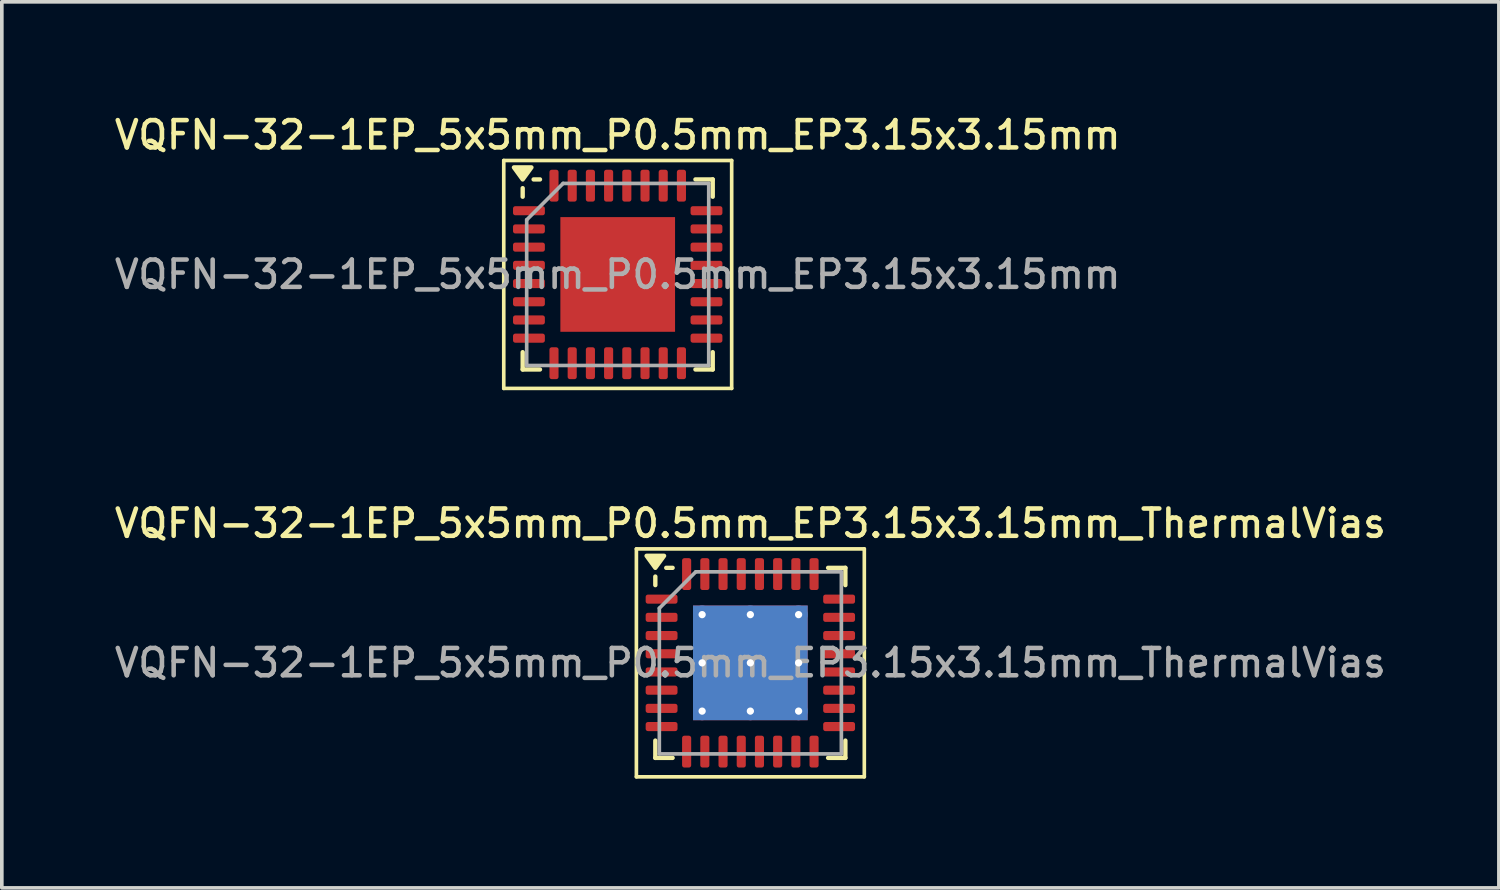
<source format=kicad_pcb>
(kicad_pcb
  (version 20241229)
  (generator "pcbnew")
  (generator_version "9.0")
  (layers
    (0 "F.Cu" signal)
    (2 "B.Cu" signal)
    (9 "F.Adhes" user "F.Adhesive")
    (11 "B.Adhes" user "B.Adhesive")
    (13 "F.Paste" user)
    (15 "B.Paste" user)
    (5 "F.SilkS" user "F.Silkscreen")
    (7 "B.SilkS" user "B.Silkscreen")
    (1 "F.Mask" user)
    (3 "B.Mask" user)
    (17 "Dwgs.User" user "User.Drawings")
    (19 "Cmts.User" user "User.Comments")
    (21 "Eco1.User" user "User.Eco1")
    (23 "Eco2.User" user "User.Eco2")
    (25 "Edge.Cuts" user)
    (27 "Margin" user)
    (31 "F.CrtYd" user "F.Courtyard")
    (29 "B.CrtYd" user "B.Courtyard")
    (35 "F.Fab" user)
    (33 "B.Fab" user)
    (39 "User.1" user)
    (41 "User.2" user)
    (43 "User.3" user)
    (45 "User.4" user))
  (footprint "VQFN-32-1EP_5x5mm_P0.5mm_EP3.15x3.15mm_ThermalVias"
    (layer "F.Cu")
    (at 17.559 15.156)
    (property "Reference" "VQFN-32-1EP_5x5mm_P0.5mm_EP3.15x3.15mm_ThermalVias" (at 0 -3.83 0) (layer "F.SilkS") (effects (font (size 0.75 0.75) (thickness 0.125))))
    (attr smd)
    (fp_line (start -3.13 -3.13) (end -3.13 3.13) (stroke (width 0.1) (type solid)) (layer "F.SilkS"))
    (fp_line (start -3.13 3.13) (end 3.13 3.13) (stroke (width 0.1) (type solid)) (layer "F.SilkS"))
    (fp_line (start -2.61 -2.135) (end -2.61 -2.37) (stroke (width 0.12) (type solid)) (layer "F.SilkS"))
    (fp_line (start -2.61 2.61) (end -2.61 2.135) (stroke (width 0.12) (type solid)) (layer "F.SilkS"))
    (fp_line (start -2.135 -2.61) (end -2.31 -2.61) (stroke (width 0.12) (type solid)) (layer "F.SilkS"))
    (fp_line (start -2.135 2.61) (end -2.61 2.61) (stroke (width 0.12) (type solid)) (layer "F.SilkS"))
    (fp_line (start 2.135 -2.61) (end 2.61 -2.61) (stroke (width 0.12) (type solid)) (layer "F.SilkS"))
    (fp_line (start 2.135 2.61) (end 2.61 2.61) (stroke (width 0.12) (type solid)) (layer "F.SilkS"))
    (fp_line (start 2.61 -2.61) (end 2.61 -2.135) (stroke (width 0.12) (type solid)) (layer "F.SilkS"))
    (fp_line (start 2.61 2.61) (end 2.61 2.135) (stroke (width 0.12) (type solid)) (layer "F.SilkS"))
    (fp_line (start 3.13 -3.13) (end -3.13 -3.13) (stroke (width 0.1) (type solid)) (layer "F.SilkS"))
    (fp_line (start 3.13 3.13) (end 3.13 -3.13) (stroke (width 0.1) (type solid)) (layer "F.SilkS"))
    (fp_poly (pts (xy -2.61 -2.61) (xy -2.85 -2.94) (xy -2.37 -2.94) (xy -2.61 -2.61)) (stroke (width 0.12) (type solid)) (fill yes) (layer "F.SilkS"))
    (fp_line (start -2.5 -1.5) (end -1.5 -2.5) (stroke (width 0.1) (type solid)) (layer "F.Fab"))
    (fp_line (start -2.5 2.5) (end -2.5 -1.5) (stroke (width 0.1) (type solid)) (layer "F.Fab"))
    (fp_line (start -1.5 -2.5) (end 2.5 -2.5) (stroke (width 0.1) (type solid)) (layer "F.Fab"))
    (fp_line (start 2.5 -2.5) (end 2.5 2.5) (stroke (width 0.1) (type solid)) (layer "F.Fab"))
    (fp_line (start 2.5 2.5) (end -2.5 2.5) (stroke (width 0.1) (type solid)) (layer "F.Fab"))
    (fp_text user "${REFERENCE}" (at 0 0 0) (layer "F.Fab") (effects (font (size 0.75 0.75) (thickness 0.125))))
    (pad "" smd roundrect (at -0.79 -0.79) (size 1.27 1.27) (layers "F.Paste") (roundrect_rratio 0.197))
    (pad "" smd roundrect (at -0.79 0.79) (size 1.27 1.27) (layers "F.Paste") (roundrect_rratio 0.197))
    (pad "" smd roundrect (at 0.79 -0.79) (size 1.27 1.27) (layers "F.Paste") (roundrect_rratio 0.197))
    (pad "" smd roundrect (at 0.79 0.79) (size 1.27 1.27) (layers "F.Paste") (roundrect_rratio 0.197))
    (pad "1" smd roundrect (at -2.438 -1.75) (size 0.875 0.25) (layers "F.Cu" "F.Mask" "F.Paste") (roundrect_rratio 0.25))
    (pad "2" smd roundrect (at -2.438 -1.25) (size 0.875 0.25) (layers "F.Cu" "F.Mask" "F.Paste") (roundrect_rratio 0.25))
    (pad "3" smd roundrect (at -2.438 -0.75) (size 0.875 0.25) (layers "F.Cu" "F.Mask" "F.Paste") (roundrect_rratio 0.25))
    (pad "4" smd roundrect (at -2.438 -0.25) (size 0.875 0.25) (layers "F.Cu" "F.Mask" "F.Paste") (roundrect_rratio 0.25))
    (pad "5" smd roundrect (at -2.438 0.25) (size 0.875 0.25) (layers "F.Cu" "F.Mask" "F.Paste") (roundrect_rratio 0.25))
    (pad "6" smd roundrect (at -2.438 0.75) (size 0.875 0.25) (layers "F.Cu" "F.Mask" "F.Paste") (roundrect_rratio 0.25))
    (pad "7" smd roundrect (at -2.438 1.25) (size 0.875 0.25) (layers "F.Cu" "F.Mask" "F.Paste") (roundrect_rratio 0.25))
    (pad "8" smd roundrect (at -2.438 1.75) (size 0.875 0.25) (layers "F.Cu" "F.Mask" "F.Paste") (roundrect_rratio 0.25))
    (pad "9" smd roundrect (at -1.75 2.438) (size 0.25 0.875) (layers "F.Cu" "F.Mask" "F.Paste") (roundrect_rratio 0.25))
    (pad "10" smd roundrect (at -1.25 2.438) (size 0.25 0.875) (layers "F.Cu" "F.Mask" "F.Paste") (roundrect_rratio 0.25))
    (pad "11" smd roundrect (at -0.75 2.438) (size 0.25 0.875) (layers "F.Cu" "F.Mask" "F.Paste") (roundrect_rratio 0.25))
    (pad "12" smd roundrect (at -0.25 2.438) (size 0.25 0.875) (layers "F.Cu" "F.Mask" "F.Paste") (roundrect_rratio 0.25))
    (pad "13" smd roundrect (at 0.25 2.438) (size 0.25 0.875) (layers "F.Cu" "F.Mask" "F.Paste") (roundrect_rratio 0.25))
    (pad "14" smd roundrect (at 0.75 2.438) (size 0.25 0.875) (layers "F.Cu" "F.Mask" "F.Paste") (roundrect_rratio 0.25))
    (pad "15" smd roundrect (at 1.25 2.438) (size 0.25 0.875) (layers "F.Cu" "F.Mask" "F.Paste") (roundrect_rratio 0.25))
    (pad "16" smd roundrect (at 1.75 2.438) (size 0.25 0.875) (layers "F.Cu" "F.Mask" "F.Paste") (roundrect_rratio 0.25))
    (pad "17" smd roundrect (at 2.438 1.75) (size 0.875 0.25) (layers "F.Cu" "F.Mask" "F.Paste") (roundrect_rratio 0.25))
    (pad "18" smd roundrect (at 2.438 1.25) (size 0.875 0.25) (layers "F.Cu" "F.Mask" "F.Paste") (roundrect_rratio 0.25))
    (pad "19" smd roundrect (at 2.438 0.75) (size 0.875 0.25) (layers "F.Cu" "F.Mask" "F.Paste") (roundrect_rratio 0.25))
    (pad "20" smd roundrect (at 2.438 0.25) (size 0.875 0.25) (layers "F.Cu" "F.Mask" "F.Paste") (roundrect_rratio 0.25))
    (pad "21" smd roundrect (at 2.438 -0.25) (size 0.875 0.25) (layers "F.Cu" "F.Mask" "F.Paste") (roundrect_rratio 0.25))
    (pad "22" smd roundrect (at 2.438 -0.75) (size 0.875 0.25) (layers "F.Cu" "F.Mask" "F.Paste") (roundrect_rratio 0.25))
    (pad "23" smd roundrect (at 2.438 -1.25) (size 0.875 0.25) (layers "F.Cu" "F.Mask" "F.Paste") (roundrect_rratio 0.25))
    (pad "24" smd roundrect (at 2.438 -1.75) (size 0.875 0.25) (layers "F.Cu" "F.Mask" "F.Paste") (roundrect_rratio 0.25))
    (pad "25" smd roundrect (at 1.75 -2.438) (size 0.25 0.875) (layers "F.Cu" "F.Mask" "F.Paste") (roundrect_rratio 0.25))
    (pad "26" smd roundrect (at 1.25 -2.438) (size 0.25 0.875) (layers "F.Cu" "F.Mask" "F.Paste") (roundrect_rratio 0.25))
    (pad "27" smd roundrect (at 0.75 -2.438) (size 0.25 0.875) (layers "F.Cu" "F.Mask" "F.Paste") (roundrect_rratio 0.25))
    (pad "28" smd roundrect (at 0.25 -2.438) (size 0.25 0.875) (layers "F.Cu" "F.Mask" "F.Paste") (roundrect_rratio 0.25))
    (pad "29" smd roundrect (at -0.25 -2.438) (size 0.25 0.875) (layers "F.Cu" "F.Mask" "F.Paste") (roundrect_rratio 0.25))
    (pad "30" smd roundrect (at -0.75 -2.438) (size 0.25 0.875) (layers "F.Cu" "F.Mask" "F.Paste") (roundrect_rratio 0.25))
    (pad "31" smd roundrect (at -1.25 -2.438) (size 0.25 0.875) (layers "F.Cu" "F.Mask" "F.Paste") (roundrect_rratio 0.25))
    (pad "32" smd roundrect (at -1.75 -2.438) (size 0.25 0.875) (layers "F.Cu" "F.Mask" "F.Paste") (roundrect_rratio 0.25))
    (pad "33" thru_hole circle (at -1.325 -1.325) (size 0.5 0.5) (drill 0.2) (property pad_prop_heatsink) (layers "*.Cu"))
    (pad "33" thru_hole circle (at -1.325 0) (size 0.5 0.5) (drill 0.2) (property pad_prop_heatsink) (layers "*.Cu"))
    (pad "33" thru_hole circle (at -1.325 1.325) (size 0.5 0.5) (drill 0.2) (property pad_prop_heatsink) (layers "*.Cu"))
    (pad "33" thru_hole circle (at 0 -1.325) (size 0.5 0.5) (drill 0.2) (property pad_prop_heatsink) (layers "*.Cu"))
    (pad "33" thru_hole circle (at 0 0) (size 0.5 0.5) (drill 0.2) (property pad_prop_heatsink) (layers "*.Cu"))
    (pad "33" smd rect (at 0 0) (size 3.15 3.15) (property pad_prop_heatsink) (layers "F.Cu" "F.Mask"))
    (pad "33" smd rect (at 0 0) (size 3.15 3.15) (property pad_prop_heatsink) (layers "B.Cu"))
    (pad "33" thru_hole circle (at 0 1.325) (size 0.5 0.5) (drill 0.2) (property pad_prop_heatsink) (layers "*.Cu"))
    (pad "33" thru_hole circle (at 1.325 -1.325) (size 0.5 0.5) (drill 0.2) (property pad_prop_heatsink) (layers "*.Cu"))
    (pad "33" thru_hole circle (at 1.325 0) (size 0.5 0.5) (drill 0.2) (property pad_prop_heatsink) (layers "*.Cu"))
    (pad "33" thru_hole circle (at 1.325 1.325) (size 0.5 0.5) (drill 0.2) (property pad_prop_heatsink) (layers "*.Cu")))
  (footprint "VQFN-32-1EP_5x5mm_P0.5mm_EP3.15x3.15mm"
    (layer "F.Cu")
    (at 13.916 4.488)
    (property "Reference" "VQFN-32-1EP_5x5mm_P0.5mm_EP3.15x3.15mm" (at 0 -3.83 0) (layer "F.SilkS") (effects (font (size 0.75 0.75) (thickness 0.125))))
    (attr smd)
    (fp_line (start -3.13 -3.13) (end -3.13 3.13) (stroke (width 0.1) (type solid)) (layer "F.SilkS"))
    (fp_line (start -3.13 3.13) (end 3.13 3.13) (stroke (width 0.1) (type solid)) (layer "F.SilkS"))
    (fp_line (start -2.61 -2.135) (end -2.61 -2.37) (stroke (width 0.12) (type solid)) (layer "F.SilkS"))
    (fp_line (start -2.61 2.61) (end -2.61 2.135) (stroke (width 0.12) (type solid)) (layer "F.SilkS"))
    (fp_line (start -2.135 -2.61) (end -2.31 -2.61) (stroke (width 0.12) (type solid)) (layer "F.SilkS"))
    (fp_line (start -2.135 2.61) (end -2.61 2.61) (stroke (width 0.12) (type solid)) (layer "F.SilkS"))
    (fp_line (start 2.135 -2.61) (end 2.61 -2.61) (stroke (width 0.12) (type solid)) (layer "F.SilkS"))
    (fp_line (start 2.135 2.61) (end 2.61 2.61) (stroke (width 0.12) (type solid)) (layer "F.SilkS"))
    (fp_line (start 2.61 -2.61) (end 2.61 -2.135) (stroke (width 0.12) (type solid)) (layer "F.SilkS"))
    (fp_line (start 2.61 2.61) (end 2.61 2.135) (stroke (width 0.12) (type solid)) (layer "F.SilkS"))
    (fp_line (start 3.13 -3.13) (end -3.13 -3.13) (stroke (width 0.1) (type solid)) (layer "F.SilkS"))
    (fp_line (start 3.13 3.13) (end 3.13 -3.13) (stroke (width 0.1) (type solid)) (layer "F.SilkS"))
    (fp_poly (pts (xy -2.61 -2.61) (xy -2.85 -2.94) (xy -2.37 -2.94) (xy -2.61 -2.61)) (stroke (width 0.12) (type solid)) (fill yes) (layer "F.SilkS"))
    (fp_line (start -2.5 -1.5) (end -1.5 -2.5) (stroke (width 0.1) (type solid)) (layer "F.Fab"))
    (fp_line (start -2.5 2.5) (end -2.5 -1.5) (stroke (width 0.1) (type solid)) (layer "F.Fab"))
    (fp_line (start -1.5 -2.5) (end 2.5 -2.5) (stroke (width 0.1) (type solid)) (layer "F.Fab"))
    (fp_line (start 2.5 -2.5) (end 2.5 2.5) (stroke (width 0.1) (type solid)) (layer "F.Fab"))
    (fp_line (start 2.5 2.5) (end -2.5 2.5) (stroke (width 0.1) (type solid)) (layer "F.Fab"))
    (fp_text user "${REFERENCE}" (at 0 0 0) (layer "F.Fab") (effects (font (size 0.75 0.75) (thickness 0.125))))
    (pad "" smd roundrect (at -0.79 -0.79) (size 1.27 1.27) (layers "F.Paste") (roundrect_rratio 0.197))
    (pad "" smd roundrect (at -0.79 0.79) (size 1.27 1.27) (layers "F.Paste") (roundrect_rratio 0.197))
    (pad "" smd roundrect (at 0.79 -0.79) (size 1.27 1.27) (layers "F.Paste") (roundrect_rratio 0.197))
    (pad "" smd roundrect (at 0.79 0.79) (size 1.27 1.27) (layers "F.Paste") (roundrect_rratio 0.197))
    (pad "1" smd roundrect (at -2.438 -1.75) (size 0.875 0.25) (layers "F.Cu" "F.Mask" "F.Paste") (roundrect_rratio 0.25))
    (pad "2" smd roundrect (at -2.438 -1.25) (size 0.875 0.25) (layers "F.Cu" "F.Mask" "F.Paste") (roundrect_rratio 0.25))
    (pad "3" smd roundrect (at -2.438 -0.75) (size 0.875 0.25) (layers "F.Cu" "F.Mask" "F.Paste") (roundrect_rratio 0.25))
    (pad "4" smd roundrect (at -2.438 -0.25) (size 0.875 0.25) (layers "F.Cu" "F.Mask" "F.Paste") (roundrect_rratio 0.25))
    (pad "5" smd roundrect (at -2.438 0.25) (size 0.875 0.25) (layers "F.Cu" "F.Mask" "F.Paste") (roundrect_rratio 0.25))
    (pad "6" smd roundrect (at -2.438 0.75) (size 0.875 0.25) (layers "F.Cu" "F.Mask" "F.Paste") (roundrect_rratio 0.25))
    (pad "7" smd roundrect (at -2.438 1.25) (size 0.875 0.25) (layers "F.Cu" "F.Mask" "F.Paste") (roundrect_rratio 0.25))
    (pad "8" smd roundrect (at -2.438 1.75) (size 0.875 0.25) (layers "F.Cu" "F.Mask" "F.Paste") (roundrect_rratio 0.25))
    (pad "9" smd roundrect (at -1.75 2.438) (size 0.25 0.875) (layers "F.Cu" "F.Mask" "F.Paste") (roundrect_rratio 0.25))
    (pad "10" smd roundrect (at -1.25 2.438) (size 0.25 0.875) (layers "F.Cu" "F.Mask" "F.Paste") (roundrect_rratio 0.25))
    (pad "11" smd roundrect (at -0.75 2.438) (size 0.25 0.875) (layers "F.Cu" "F.Mask" "F.Paste") (roundrect_rratio 0.25))
    (pad "12" smd roundrect (at -0.25 2.438) (size 0.25 0.875) (layers "F.Cu" "F.Mask" "F.Paste") (roundrect_rratio 0.25))
    (pad "13" smd roundrect (at 0.25 2.438) (size 0.25 0.875) (layers "F.Cu" "F.Mask" "F.Paste") (roundrect_rratio 0.25))
    (pad "14" smd roundrect (at 0.75 2.438) (size 0.25 0.875) (layers "F.Cu" "F.Mask" "F.Paste") (roundrect_rratio 0.25))
    (pad "15" smd roundrect (at 1.25 2.438) (size 0.25 0.875) (layers "F.Cu" "F.Mask" "F.Paste") (roundrect_rratio 0.25))
    (pad "16" smd roundrect (at 1.75 2.438) (size 0.25 0.875) (layers "F.Cu" "F.Mask" "F.Paste") (roundrect_rratio 0.25))
    (pad "17" smd roundrect (at 2.438 1.75) (size 0.875 0.25) (layers "F.Cu" "F.Mask" "F.Paste") (roundrect_rratio 0.25))
    (pad "18" smd roundrect (at 2.438 1.25) (size 0.875 0.25) (layers "F.Cu" "F.Mask" "F.Paste") (roundrect_rratio 0.25))
    (pad "19" smd roundrect (at 2.438 0.75) (size 0.875 0.25) (layers "F.Cu" "F.Mask" "F.Paste") (roundrect_rratio 0.25))
    (pad "20" smd roundrect (at 2.438 0.25) (size 0.875 0.25) (layers "F.Cu" "F.Mask" "F.Paste") (roundrect_rratio 0.25))
    (pad "21" smd roundrect (at 2.438 -0.25) (size 0.875 0.25) (layers "F.Cu" "F.Mask" "F.Paste") (roundrect_rratio 0.25))
    (pad "22" smd roundrect (at 2.438 -0.75) (size 0.875 0.25) (layers "F.Cu" "F.Mask" "F.Paste") (roundrect_rratio 0.25))
    (pad "23" smd roundrect (at 2.438 -1.25) (size 0.875 0.25) (layers "F.Cu" "F.Mask" "F.Paste") (roundrect_rratio 0.25))
    (pad "24" smd roundrect (at 2.438 -1.75) (size 0.875 0.25) (layers "F.Cu" "F.Mask" "F.Paste") (roundrect_rratio 0.25))
    (pad "25" smd roundrect (at 1.75 -2.438) (size 0.25 0.875) (layers "F.Cu" "F.Mask" "F.Paste") (roundrect_rratio 0.25))
    (pad "26" smd roundrect (at 1.25 -2.438) (size 0.25 0.875) (layers "F.Cu" "F.Mask" "F.Paste") (roundrect_rratio 0.25))
    (pad "27" smd roundrect (at 0.75 -2.438) (size 0.25 0.875) (layers "F.Cu" "F.Mask" "F.Paste") (roundrect_rratio 0.25))
    (pad "28" smd roundrect (at 0.25 -2.438) (size 0.25 0.875) (layers "F.Cu" "F.Mask" "F.Paste") (roundrect_rratio 0.25))
    (pad "29" smd roundrect (at -0.25 -2.438) (size 0.25 0.875) (layers "F.Cu" "F.Mask" "F.Paste") (roundrect_rratio 0.25))
    (pad "30" smd roundrect (at -0.75 -2.438) (size 0.25 0.875) (layers "F.Cu" "F.Mask" "F.Paste") (roundrect_rratio 0.25))
    (pad "31" smd roundrect (at -1.25 -2.438) (size 0.25 0.875) (layers "F.Cu" "F.Mask" "F.Paste") (roundrect_rratio 0.25))
    (pad "32" smd roundrect (at -1.75 -2.438) (size 0.25 0.875) (layers "F.Cu" "F.Mask" "F.Paste") (roundrect_rratio 0.25))
    (pad "33" smd rect (at 0 0) (size 3.15 3.15) (property pad_prop_heatsink) (layers "F.Cu" "F.Mask")))
  (gr_rect
    (start -3 -3)
    (end 38.118 21.336)
    (stroke (width 0.1) (type default))
    (fill no)
    (layer "Edge.Cuts")))
</source>
